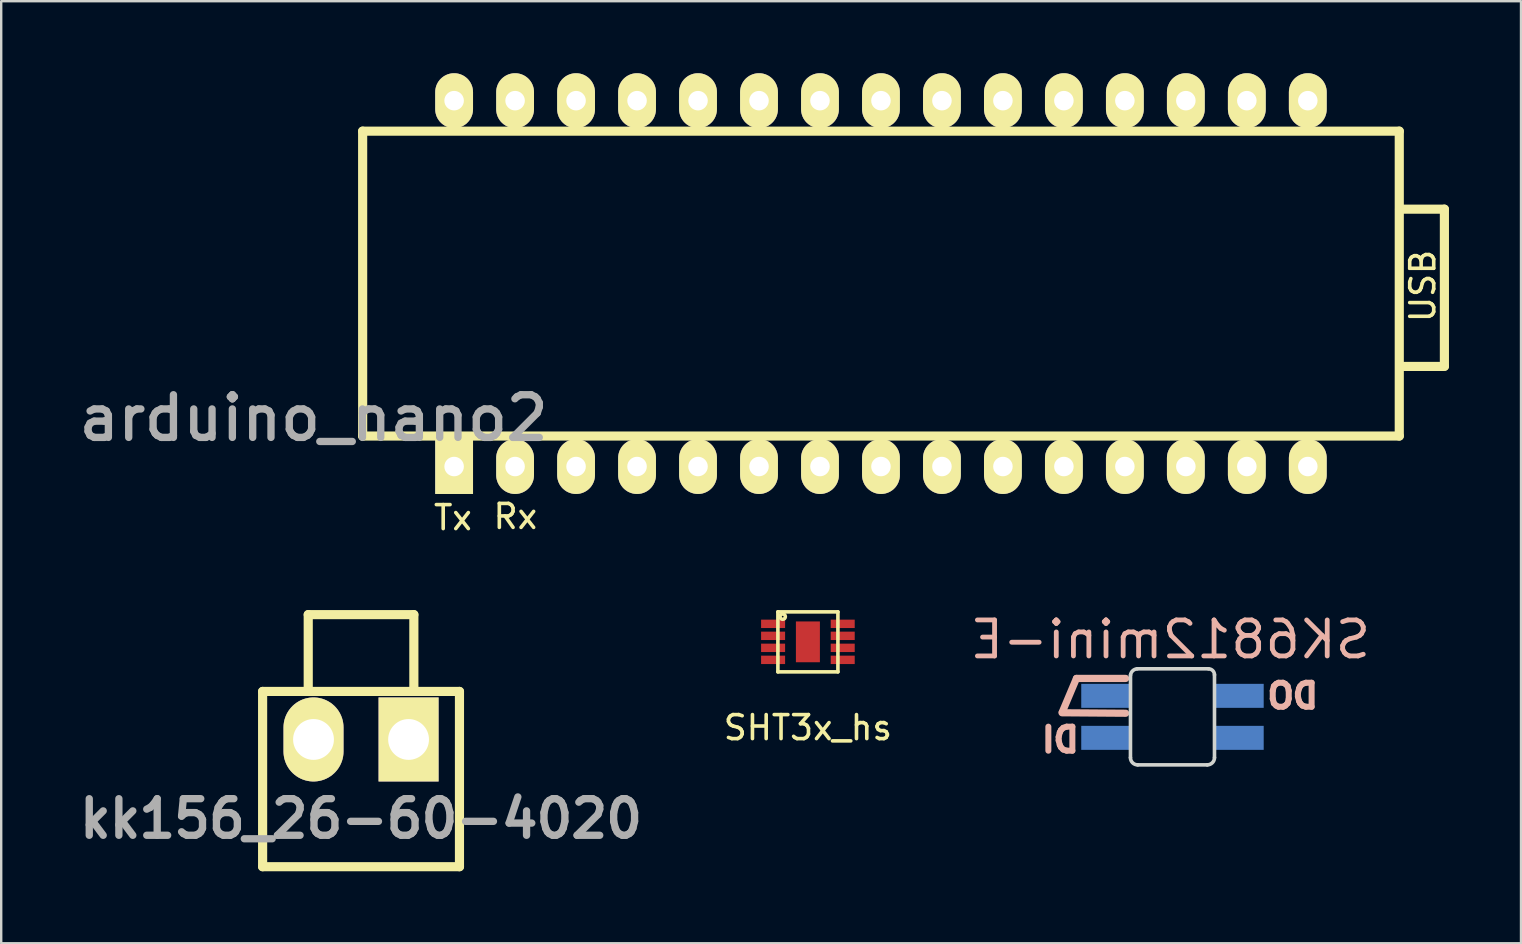
<source format=kicad_pcb>
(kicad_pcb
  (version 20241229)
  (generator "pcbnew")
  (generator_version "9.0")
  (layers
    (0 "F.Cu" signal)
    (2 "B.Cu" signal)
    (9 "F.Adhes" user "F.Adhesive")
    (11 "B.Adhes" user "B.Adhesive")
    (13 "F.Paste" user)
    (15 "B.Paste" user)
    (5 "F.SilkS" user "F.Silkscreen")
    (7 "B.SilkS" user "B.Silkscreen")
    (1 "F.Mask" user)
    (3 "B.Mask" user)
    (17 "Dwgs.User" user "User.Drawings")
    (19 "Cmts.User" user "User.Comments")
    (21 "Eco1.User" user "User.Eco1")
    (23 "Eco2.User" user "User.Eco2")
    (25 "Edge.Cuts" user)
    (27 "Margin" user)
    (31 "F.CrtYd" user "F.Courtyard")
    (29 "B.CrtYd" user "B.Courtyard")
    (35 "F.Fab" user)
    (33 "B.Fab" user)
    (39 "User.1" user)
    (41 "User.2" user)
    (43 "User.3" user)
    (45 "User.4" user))
  (footprint "SK6812mini-E"
    (layer "F.Cu")
    (at 45.819 26.79)
    (property "Reference" "SK6812mini-E" (at -0.12 -3.2 180) (layer "B.SilkS") (effects (font (size 1.5 1.5) (thickness 0.2)) (justify mirror)))
    (attr smd)
    (fp_line (start -4.62 -0.18) (end -4.03 -1.58) (stroke (width 0.3) (type solid)) (layer "B.SilkS"))
    (fp_line (start -4.03 -1.58) (end -1.98 -1.58) (stroke (width 0.3) (type solid)) (layer "B.SilkS"))
    (fp_line (start -1.98 -0.13) (end -4.63 -0.15) (stroke (width 0.3) (type solid)) (layer "B.SilkS"))
    (fp_line (start -1.778 -1.72) (end -1.78 1.72) (stroke (width 0.15) (type solid)) (layer "Edge.Cuts"))
    (fp_line (start -1.48 2.02) (end 1.42 2.02) (stroke (width 0.15) (type solid)) (layer "Edge.Cuts"))
    (fp_line (start 1.47 -1.98) (end -1.5 -1.98) (stroke (width 0.15) (type solid)) (layer "Edge.Cuts"))
    (fp_line (start 1.72 1.72) (end 1.72 -1.73) (stroke (width 0.15) (type solid)) (layer "Edge.Cuts"))
    (fp_arc (start -1.778034 -1.719692) (mid -1.685491 -1.899484) (end -1.5 -1.98) (stroke (width 0.15) (type solid)) (layer "Edge.Cuts"))
    (fp_arc (start -1.48 2.02) (mid -1.692132 1.932132) (end -1.78 1.72) (stroke (width 0.15) (type solid)) (layer "Edge.Cuts"))
    (fp_arc (start 1.47 -1.98) (mid 1.646777 -1.906777) (end 1.72 -1.73) (stroke (width 0.15) (type solid)) (layer "Edge.Cuts"))
    (fp_arc (start 1.72 1.72) (mid 1.632132 1.932132) (end 1.42 2.02) (stroke (width 0.15) (type solid)) (layer "Edge.Cuts"))
    (fp_text user "DO" (at 4.98 -0.85 0) (layer "B.SilkS") (effects (font (size 1 1) (thickness 0.25)) (justify mirror)))
    (fp_text user "DI" (at -4.7 0.98 0) (layer "B.SilkS") (effects (font (size 1 1) (thickness 0.25)) (justify mirror)))
    (pad "1" smd rect (at 2.77 0.895) (size 2 1) (layers "B.Cu" "B.Mask" "B.Paste"))
    (pad "2" smd rect (at 2.77 -0.855) (size 2 1) (layers "B.Cu" "B.Mask" "B.Paste"))
    (pad "3" smd rect (at -2.83 -0.855) (size 2 1) (layers "B.Cu" "B.Mask" "B.Paste"))
    (pad "4" smd rect (at -2.83 0.895) (size 2 1) (layers "B.Cu" "B.Mask" "B.Paste")))
  (footprint "kk156_26-60-4020"
    (layer "F.Cu")
    (at 11.989 27.752)
    (property "Reference" "kk156_26-60-4020" (at 0 3.302 0) (layer "F.Fab") (effects (font (size 1.524 1.524) (thickness 0.305))))
    (attr through_hole)
    (fp_line (start -4.1 -2) (end 4.1 -2) (stroke (width 0.381) (type solid)) (layer "F.SilkS"))
    (fp_line (start -4.1 5.3) (end -4.1 -2) (stroke (width 0.381) (type solid)) (layer "F.SilkS"))
    (fp_line (start -4.1 5.3) (end 4.1 5.3) (stroke (width 0.381) (type solid)) (layer "F.SilkS"))
    (fp_line (start -2.2 -5.2) (end 2.2 -5.2) (stroke (width 0.381) (type solid)) (layer "F.SilkS"))
    (fp_line (start -2.2 -2) (end -2.2 -5.2) (stroke (width 0.381) (type solid)) (layer "F.SilkS"))
    (fp_line (start 2.2 -5.2) (end 2.2 -2) (stroke (width 0.381) (type solid)) (layer "F.SilkS"))
    (fp_line (start 4.1 -2) (end 4.1 5.3) (stroke (width 0.381) (type solid)) (layer "F.SilkS"))
    (pad "1" thru_hole rect (at 1.98 0) (size 2.5 3.5) (drill 1.7) (layers "*.Cu" "*.Mask" "F.SilkS"))
    (pad "2" thru_hole oval (at -1.98 0) (size 2.5 3.5) (drill 1.7) (layers "*.Cu" "*.Mask" "F.SilkS")))
  (footprint "SHT3x_hs"
    (layer "F.Cu")
    (at 30.603 23.686)
    (property "Reference" "SHT3x_hs" (at 0 3.575 0) (layer "F.SilkS") (effects (font (size 1 1) (thickness 0.15))))
    (attr through_hole)
    (fp_line (start -1.25 -1.25) (end 1.25 -1.25) (stroke (width 0.15) (type solid)) (layer "F.SilkS"))
    (fp_line (start -1.25 1.25) (end -1.25 -1.25) (stroke (width 0.15) (type solid)) (layer "F.SilkS"))
    (fp_line (start 1.25 -1.25) (end 1.25 1.25) (stroke (width 0.15) (type solid)) (layer "F.SilkS"))
    (fp_line (start 1.25 1.25) (end -1.25 1.25) (stroke (width 0.15) (type solid)) (layer "F.SilkS"))
    (fp_circle (center -1.05 -1.05) (end -1.025 -1.025) (stroke (width 0.15) (type solid)) (fill no) (layer "F.SilkS"))
    (pad "1" smd rect (at -1.45 -0.75) (size 1 0.35) (layers "F.Cu" "F.Mask" "F.Paste"))
    (pad "2" smd rect (at -1.45 -0.25) (size 1 0.35) (layers "F.Cu" "F.Mask" "F.Paste"))
    (pad "3" smd rect (at -1.45 0.25) (size 1 0.35) (layers "F.Cu" "F.Mask" "F.Paste"))
    (pad "4" smd rect (at -1.45 0.75) (size 1 0.35) (layers "F.Cu" "F.Mask" "F.Paste"))
    (pad "5" smd rect (at 1.45 0.75) (size 1 0.35) (layers "F.Cu" "F.Mask" "F.Paste"))
    (pad "6" smd rect (at 1.45 0.25) (size 1 0.35) (layers "F.Cu" "F.Mask" "F.Paste"))
    (pad "7" smd rect (at 1.45 -0.25) (size 1 0.35) (layers "F.Cu" "F.Mask" "F.Paste"))
    (pad "8" smd rect (at 1.45 -0.75) (size 1 0.35) (layers "F.Cu" "F.Mask" "F.Paste"))
    (pad "9" smd rect (at 0 0) (size 1 1.7) (layers "F.Cu" "F.Mask" "F.Paste")))
  (footprint "arduino_nano2"
    (layer "F.Cu")
    (at 34.916 8.763)
    (property "Reference" "arduino_nano2" (at -24.9 5.6 0) (layer "F.Fab") (effects (font (size 1.778 1.778) (thickness 0.305))))
    (attr through_hole)
    (fp_line (start -22.86 -6.35) (end 20.32 -6.35) (stroke (width 0.381) (type solid)) (layer "F.SilkS"))
    (fp_line (start -22.86 6.35) (end -22.86 -6.35) (stroke (width 0.381) (type solid)) (layer "F.SilkS"))
    (fp_line (start 20.32 -6.35) (end 20.32 6.35) (stroke (width 0.381) (type solid)) (layer "F.SilkS"))
    (fp_line (start 20.32 6.35) (end -22.86 6.35) (stroke (width 0.381) (type solid)) (layer "F.SilkS"))
    (fp_line (start 20.35 3.45) (end 22.2 3.45) (stroke (width 0.381) (type solid)) (layer "F.SilkS"))
    (fp_line (start 22.2 -3.1) (end 20.33 -3.1) (stroke (width 0.381) (type solid)) (layer "F.SilkS"))
    (fp_line (start 22.2 3.44) (end 22.2 -3.1) (stroke (width 0.381) (type solid)) (layer "F.SilkS"))
    (fp_text user "Rx" (at -16.5 9.7 0) (layer "F.SilkS") (effects (font (size 1 1) (thickness 0.15))))
    (fp_text user "Tx" (at -19.1 9.75 0) (layer "F.SilkS") (effects (font (size 1 1) (thickness 0.15))))
    (fp_text user "USB" (at 21.3 0.1 90) (layer "F.SilkS") (effects (font (size 1 1) (thickness 0.15))))
    (pad "1" thru_hole rect (at -19.05 7.62) (size 1.575 2.286) (drill 0.813) (layers "*.Cu" "*.Mask" "F.SilkS"))
    (pad "2" thru_hole oval (at -16.51 7.62) (size 1.575 2.286) (drill 0.813) (layers "*.Cu" "*.Mask" "F.SilkS"))
    (pad "3" thru_hole oval (at -13.97 7.62) (size 1.575 2.286) (drill 0.813) (layers "*.Cu" "*.Mask" "F.SilkS"))
    (pad "4" thru_hole oval (at -11.43 7.62) (size 1.575 2.286) (drill 0.813) (layers "*.Cu" "*.Mask" "F.SilkS"))
    (pad "5" thru_hole oval (at -8.89 7.62) (size 1.575 2.286) (drill 0.813) (layers "*.Cu" "*.Mask" "F.SilkS"))
    (pad "6" thru_hole oval (at -6.35 7.62) (size 1.575 2.286) (drill 0.813) (layers "*.Cu" "*.Mask" "F.SilkS"))
    (pad "7" thru_hole oval (at -3.81 7.62) (size 1.575 2.286) (drill 0.813) (layers "*.Cu" "*.Mask" "F.SilkS"))
    (pad "8" thru_hole oval (at -1.27 7.62) (size 1.575 2.286) (drill 0.813) (layers "*.Cu" "*.Mask" "F.SilkS"))
    (pad "9" thru_hole oval (at 1.27 7.62) (size 1.575 2.286) (drill 0.813) (layers "*.Cu" "*.Mask" "F.SilkS"))
    (pad "10" thru_hole oval (at 3.81 7.62) (size 1.575 2.286) (drill 0.813) (layers "*.Cu" "*.Mask" "F.SilkS"))
    (pad "11" thru_hole oval (at 6.35 7.62) (size 1.575 2.286) (drill 0.813) (layers "*.Cu" "*.Mask" "F.SilkS"))
    (pad "12" thru_hole oval (at 8.89 7.62) (size 1.575 2.286) (drill 0.813) (layers "*.Cu" "*.Mask" "F.SilkS"))
    (pad "13" thru_hole oval (at 11.43 7.62) (size 1.575 2.286) (drill 0.813) (layers "*.Cu" "*.Mask" "F.SilkS"))
    (pad "14" thru_hole oval (at 13.97 7.62) (size 1.575 2.286) (drill 0.813) (layers "*.Cu" "*.Mask" "F.SilkS"))
    (pad "15" thru_hole oval (at 16.51 7.62) (size 1.575 2.286) (drill 0.813) (layers "*.Cu" "*.Mask" "F.SilkS"))
    (pad "16" thru_hole oval (at 16.51 -7.62) (size 1.575 2.286) (drill 0.813) (layers "*.Cu" "*.Mask" "F.SilkS"))
    (pad "17" thru_hole oval (at 13.97 -7.62) (size 1.575 2.286) (drill 0.813) (layers "*.Cu" "*.Mask" "F.SilkS"))
    (pad "18" thru_hole oval (at 11.43 -7.62) (size 1.575 2.286) (drill 0.813) (layers "*.Cu" "*.Mask" "F.SilkS"))
    (pad "19" thru_hole oval (at 8.89 -7.62) (size 1.575 2.286) (drill 0.813) (layers "*.Cu" "*.Mask" "F.SilkS"))
    (pad "20" thru_hole oval (at 6.35 -7.62) (size 1.575 2.286) (drill 0.813) (layers "*.Cu" "*.Mask" "F.SilkS"))
    (pad "21" thru_hole oval (at 3.81 -7.62) (size 1.575 2.286) (drill 0.813) (layers "*.Cu" "*.Mask" "F.SilkS"))
    (pad "22" thru_hole oval (at 1.27 -7.62) (size 1.575 2.286) (drill 0.813) (layers "*.Cu" "*.Mask" "F.SilkS"))
    (pad "23" thru_hole oval (at -1.27 -7.62) (size 1.575 2.286) (drill 0.813) (layers "*.Cu" "*.Mask" "F.SilkS"))
    (pad "24" thru_hole oval (at -3.81 -7.62) (size 1.575 2.286) (drill 0.813) (layers "*.Cu" "*.Mask" "F.SilkS"))
    (pad "25" thru_hole oval (at -6.35 -7.62) (size 1.575 2.286) (drill 0.813) (layers "*.Cu" "*.Mask" "F.SilkS"))
    (pad "26" thru_hole oval (at -8.89 -7.62) (size 1.575 2.286) (drill 0.813) (layers "*.Cu" "*.Mask" "F.SilkS"))
    (pad "27" thru_hole oval (at -11.43 -7.62) (size 1.575 2.286) (drill 0.813) (layers "*.Cu" "*.Mask" "F.SilkS"))
    (pad "28" thru_hole oval (at -13.97 -7.62) (size 1.575 2.286) (drill 0.813) (layers "*.Cu" "*.Mask" "F.SilkS"))
    (pad "29" thru_hole oval (at -16.51 -7.62) (size 1.575 2.286) (drill 0.813) (layers "*.Cu" "*.Mask" "F.SilkS"))
    (pad "30" thru_hole oval (at -19.05 -7.62) (size 1.575 2.286) (drill 0.813) (layers "*.Cu" "*.Mask" "F.SilkS")))
  (gr_rect
    (start -3 -3)
    (end 60.307 36.242)
    (stroke (width 0.1) (type default))
    (fill no)
    (layer "Edge.Cuts")))
</source>
